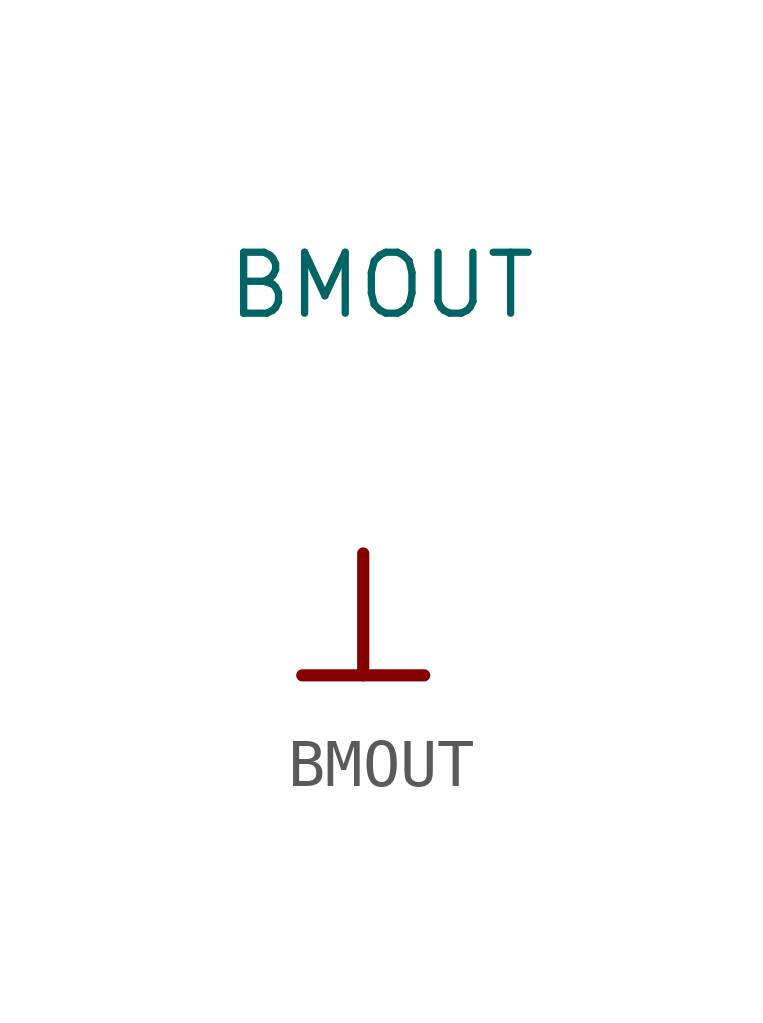
<source format=kicad_sym>
(kicad_symbol_lib
  (version 20211014)
  (generator kicad_symbol_editor)
  (symbol "BMOUT"
    (power)
    (property "Reference" "#PWR?"
      (at 0 3.683 0)
      (effects (font (size 1.27 1.27)) hide))
    (property "Value" "BMOUT"
      (at 0.381 5.588 0)
      (effects (font (size 1.27 1.27))))
    (symbol "BMOUT_0_0"
      (polyline (pts (xy -1.27 -2.54) (xy 1.27 -2.54)) (stroke (width 0.254) (type default) (color 0 0 0 0)) (fill (type none)))
      (polyline (pts (xy 0 0) (xy 0 -2.54)) (stroke (width 0.254) (type default) (color 0 0 0 0)) (fill (type none)))
      (pin power_in line (at 0 0 0) (length 0) hide (name "BMOUT" (effects (font (size 1.27 1.27)))) (number "" (effects (font (size 1.27 1.27))))))))
</source>
